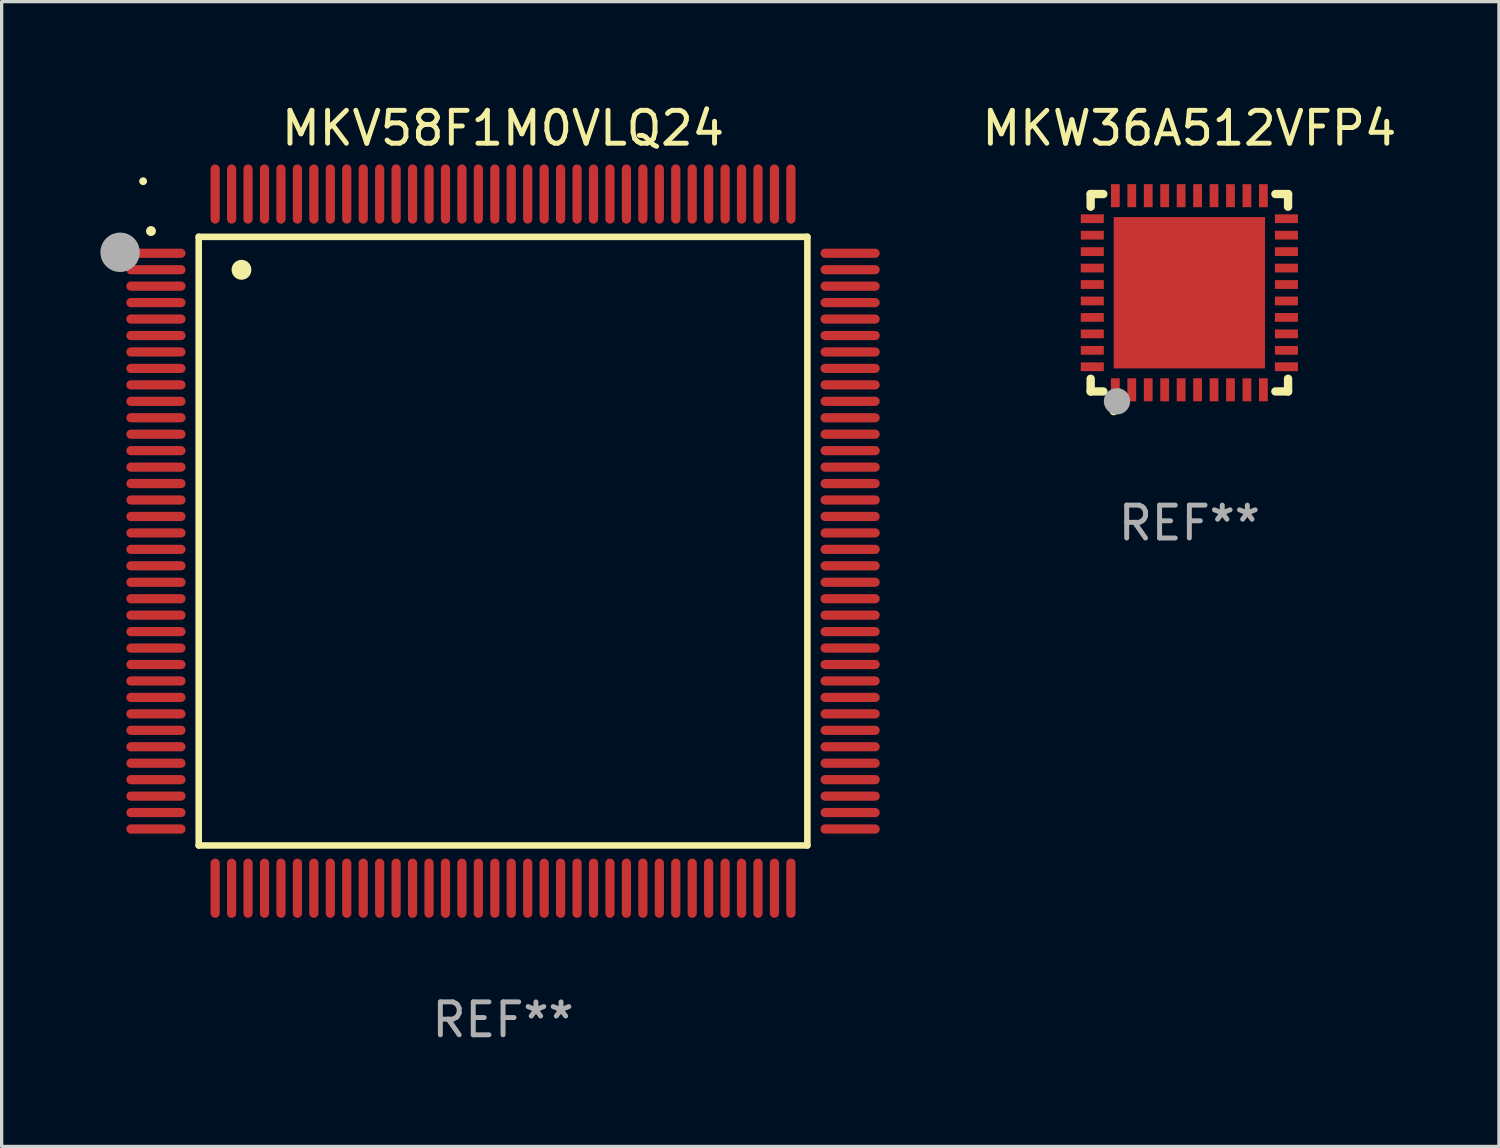
<source format=kicad_pcb>
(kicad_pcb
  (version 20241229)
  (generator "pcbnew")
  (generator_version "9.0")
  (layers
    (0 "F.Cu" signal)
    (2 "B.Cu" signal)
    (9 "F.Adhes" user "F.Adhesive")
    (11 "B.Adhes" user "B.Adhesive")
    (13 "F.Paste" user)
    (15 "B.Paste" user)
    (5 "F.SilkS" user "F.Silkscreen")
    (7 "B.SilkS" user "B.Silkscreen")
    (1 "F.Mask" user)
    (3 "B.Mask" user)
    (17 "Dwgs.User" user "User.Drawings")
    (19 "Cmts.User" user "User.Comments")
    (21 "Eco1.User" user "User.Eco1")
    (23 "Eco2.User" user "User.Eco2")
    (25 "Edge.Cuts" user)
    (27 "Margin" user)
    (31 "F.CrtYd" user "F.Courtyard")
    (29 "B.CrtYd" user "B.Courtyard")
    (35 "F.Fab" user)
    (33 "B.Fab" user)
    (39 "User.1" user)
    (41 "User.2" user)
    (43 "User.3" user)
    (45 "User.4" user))
  (footprint "MKV58F1M0VLQ24"
    (layer "F.Cu")
    (at 12.24 13.398)
    (property "Reference" "MKV58F1M0VLQ24" (at 0 -12.55 0) (layer "F.SilkS") (effects (font (size 1 1) (thickness 0.15))))
    (attr through_hole)
    (fp_line (start -9.25 -9.25) (end 9.25 -9.25) (stroke (width 0.2) (type solid)) (layer "F.SilkS"))
    (fp_line (start -9.25 9.25) (end -9.25 -9.25) (stroke (width 0.2) (type solid)) (layer "F.SilkS"))
    (fp_line (start 9.25 -9.25) (end 9.25 9.25) (stroke (width 0.2) (type solid)) (layer "F.SilkS"))
    (fp_line (start 9.25 9.25) (end -9.25 9.25) (stroke (width 0.2) (type solid)) (layer "F.SilkS"))
    (fp_arc (start -10.701041 -9.423419) (mid -10.701046 -9.424689) (end -10.701041 -9.425959) (stroke (width 0.3) (type solid)) (layer "F.SilkS"))
    (fp_arc (start -7.950216 -8.244856) (mid -7.950227 -8.247396) (end -7.950216 -8.249936) (stroke (width 0.6) (type solid)) (layer "F.SilkS"))
    (fp_circle (center -10.94 -10.94) (end -10.88 -10.94) (stroke (width 0.12) (type solid)) (fill no) (layer "F.SilkS"))
    (fp_circle (center -11.64 -8.78) (end -11.34 -8.78) (stroke (width 0.6) (type solid)) (fill no) (layer "F.Fab"))
    (fp_text user "REF**" (at 0 14.55 0) (layer "F.Fab") (effects (font (size 1 1) (thickness 0.15))))
    (pad "1" smd oval (at -10.55 -8.75 90) (size 0.28 1.8) (layers "F.Cu" "F.Mask" "F.Paste"))
    (pad "2" smd oval (at -10.55 -8.25 90) (size 0.28 1.8) (layers "F.Cu" "F.Mask" "F.Paste"))
    (pad "3" smd oval (at -10.55 -7.75 90) (size 0.28 1.8) (layers "F.Cu" "F.Mask" "F.Paste"))
    (pad "4" smd oval (at -10.55 -7.25 90) (size 0.28 1.8) (layers "F.Cu" "F.Mask" "F.Paste"))
    (pad "5" smd oval (at -10.55 -6.75 90) (size 0.28 1.8) (layers "F.Cu" "F.Mask" "F.Paste"))
    (pad "6" smd oval (at -10.55 -6.25 90) (size 0.28 1.8) (layers "F.Cu" "F.Mask" "F.Paste"))
    (pad "7" smd oval (at -10.55 -5.75 90) (size 0.28 1.8) (layers "F.Cu" "F.Mask" "F.Paste"))
    (pad "8" smd oval (at -10.55 -5.25 90) (size 0.28 1.8) (layers "F.Cu" "F.Mask" "F.Paste"))
    (pad "9" smd oval (at -10.55 -4.75 90) (size 0.28 1.8) (layers "F.Cu" "F.Mask" "F.Paste"))
    (pad "10" smd oval (at -10.55 -4.25 90) (size 0.28 1.8) (layers "F.Cu" "F.Mask" "F.Paste"))
    (pad "11" smd oval (at -10.55 -3.75 90) (size 0.28 1.8) (layers "F.Cu" "F.Mask" "F.Paste"))
    (pad "12" smd oval (at -10.55 -3.25 90) (size 0.28 1.8) (layers "F.Cu" "F.Mask" "F.Paste"))
    (pad "13" smd oval (at -10.55 -2.75 90) (size 0.28 1.8) (layers "F.Cu" "F.Mask" "F.Paste"))
    (pad "14" smd oval (at -10.55 -2.25 90) (size 0.28 1.8) (layers "F.Cu" "F.Mask" "F.Paste"))
    (pad "15" smd oval (at -10.55 -1.75 90) (size 0.28 1.8) (layers "F.Cu" "F.Mask" "F.Paste"))
    (pad "16" smd oval (at -10.55 -1.25 90) (size 0.28 1.8) (layers "F.Cu" "F.Mask" "F.Paste"))
    (pad "17" smd oval (at -10.55 -0.75 90) (size 0.28 1.8) (layers "F.Cu" "F.Mask" "F.Paste"))
    (pad "18" smd oval (at -10.55 -0.25 90) (size 0.28 1.8) (layers "F.Cu" "F.Mask" "F.Paste"))
    (pad "19" smd oval (at -10.55 0.25 90) (size 0.28 1.8) (layers "F.Cu" "F.Mask" "F.Paste"))
    (pad "20" smd oval (at -10.55 0.75 90) (size 0.28 1.8) (layers "F.Cu" "F.Mask" "F.Paste"))
    (pad "21" smd oval (at -10.55 1.25 90) (size 0.28 1.8) (layers "F.Cu" "F.Mask" "F.Paste"))
    (pad "22" smd oval (at -10.55 1.75 90) (size 0.28 1.8) (layers "F.Cu" "F.Mask" "F.Paste"))
    (pad "23" smd oval (at -10.55 2.25 90) (size 0.28 1.8) (layers "F.Cu" "F.Mask" "F.Paste"))
    (pad "24" smd oval (at -10.55 2.75 90) (size 0.28 1.8) (layers "F.Cu" "F.Mask" "F.Paste"))
    (pad "25" smd oval (at -10.55 3.25 90) (size 0.28 1.8) (layers "F.Cu" "F.Mask" "F.Paste"))
    (pad "26" smd oval (at -10.55 3.75 90) (size 0.28 1.8) (layers "F.Cu" "F.Mask" "F.Paste"))
    (pad "27" smd oval (at -10.55 4.25 90) (size 0.28 1.8) (layers "F.Cu" "F.Mask" "F.Paste"))
    (pad "28" smd oval (at -10.55 4.75 90) (size 0.28 1.8) (layers "F.Cu" "F.Mask" "F.Paste"))
    (pad "29" smd oval (at -10.55 5.25 90) (size 0.28 1.8) (layers "F.Cu" "F.Mask" "F.Paste"))
    (pad "30" smd oval (at -10.55 5.75 90) (size 0.28 1.8) (layers "F.Cu" "F.Mask" "F.Paste"))
    (pad "31" smd oval (at -10.55 6.25 90) (size 0.28 1.8) (layers "F.Cu" "F.Mask" "F.Paste"))
    (pad "32" smd oval (at -10.55 6.75 90) (size 0.28 1.8) (layers "F.Cu" "F.Mask" "F.Paste"))
    (pad "33" smd oval (at -10.55 7.25 90) (size 0.28 1.8) (layers "F.Cu" "F.Mask" "F.Paste"))
    (pad "34" smd oval (at -10.55 7.75 90) (size 0.28 1.8) (layers "F.Cu" "F.Mask" "F.Paste"))
    (pad "35" smd oval (at -10.55 8.25 90) (size 0.28 1.8) (layers "F.Cu" "F.Mask" "F.Paste"))
    (pad "36" smd oval (at -10.55 8.75 90) (size 0.28 1.8) (layers "F.Cu" "F.Mask" "F.Paste"))
    (pad "37" smd oval (at -8.75 10.55) (size 0.28 1.8) (layers "F.Cu" "F.Mask" "F.Paste"))
    (pad "38" smd oval (at -8.25 10.55) (size 0.28 1.8) (layers "F.Cu" "F.Mask" "F.Paste"))
    (pad "39" smd oval (at -7.75 10.55) (size 0.28 1.8) (layers "F.Cu" "F.Mask" "F.Paste"))
    (pad "40" smd oval (at -7.25 10.55) (size 0.28 1.8) (layers "F.Cu" "F.Mask" "F.Paste"))
    (pad "41" smd oval (at -6.75 10.55) (size 0.28 1.8) (layers "F.Cu" "F.Mask" "F.Paste"))
    (pad "42" smd oval (at -6.25 10.55) (size 0.28 1.8) (layers "F.Cu" "F.Mask" "F.Paste"))
    (pad "43" smd oval (at -5.75 10.55) (size 0.28 1.8) (layers "F.Cu" "F.Mask" "F.Paste"))
    (pad "44" smd oval (at -5.25 10.55) (size 0.28 1.8) (layers "F.Cu" "F.Mask" "F.Paste"))
    (pad "45" smd oval (at -4.75 10.55) (size 0.28 1.8) (layers "F.Cu" "F.Mask" "F.Paste"))
    (pad "46" smd oval (at -4.25 10.55) (size 0.28 1.8) (layers "F.Cu" "F.Mask" "F.Paste"))
    (pad "47" smd oval (at -3.75 10.55) (size 0.28 1.8) (layers "F.Cu" "F.Mask" "F.Paste"))
    (pad "48" smd oval (at -3.25 10.55) (size 0.28 1.8) (layers "F.Cu" "F.Mask" "F.Paste"))
    (pad "49" smd oval (at -2.75 10.55) (size 0.28 1.8) (layers "F.Cu" "F.Mask" "F.Paste"))
    (pad "50" smd oval (at -2.25 10.55) (size 0.28 1.8) (layers "F.Cu" "F.Mask" "F.Paste"))
    (pad "51" smd oval (at -1.75 10.55) (size 0.28 1.8) (layers "F.Cu" "F.Mask" "F.Paste"))
    (pad "52" smd oval (at -1.25 10.55) (size 0.28 1.8) (layers "F.Cu" "F.Mask" "F.Paste"))
    (pad "53" smd oval (at -0.75 10.55) (size 0.28 1.8) (layers "F.Cu" "F.Mask" "F.Paste"))
    (pad "54" smd oval (at -0.25 10.55) (size 0.28 1.8) (layers "F.Cu" "F.Mask" "F.Paste"))
    (pad "55" smd oval (at 0.25 10.55) (size 0.28 1.8) (layers "F.Cu" "F.Mask" "F.Paste"))
    (pad "56" smd oval (at 0.75 10.55) (size 0.28 1.8) (layers "F.Cu" "F.Mask" "F.Paste"))
    (pad "57" smd oval (at 1.25 10.55) (size 0.28 1.8) (layers "F.Cu" "F.Mask" "F.Paste"))
    (pad "58" smd oval (at 1.75 10.55) (size 0.28 1.8) (layers "F.Cu" "F.Mask" "F.Paste"))
    (pad "59" smd oval (at 2.25 10.55) (size 0.28 1.8) (layers "F.Cu" "F.Mask" "F.Paste"))
    (pad "60" smd oval (at 2.75 10.55) (size 0.28 1.8) (layers "F.Cu" "F.Mask" "F.Paste"))
    (pad "61" smd oval (at 3.25 10.55) (size 0.28 1.8) (layers "F.Cu" "F.Mask" "F.Paste"))
    (pad "62" smd oval (at 3.75 10.55) (size 0.28 1.8) (layers "F.Cu" "F.Mask" "F.Paste"))
    (pad "63" smd oval (at 4.25 10.55) (size 0.28 1.8) (layers "F.Cu" "F.Mask" "F.Paste"))
    (pad "64" smd oval (at 4.75 10.55) (size 0.28 1.8) (layers "F.Cu" "F.Mask" "F.Paste"))
    (pad "65" smd oval (at 5.25 10.55) (size 0.28 1.8) (layers "F.Cu" "F.Mask" "F.Paste"))
    (pad "66" smd oval (at 5.75 10.55) (size 0.28 1.8) (layers "F.Cu" "F.Mask" "F.Paste"))
    (pad "67" smd oval (at 6.25 10.55) (size 0.28 1.8) (layers "F.Cu" "F.Mask" "F.Paste"))
    (pad "68" smd oval (at 6.75 10.55) (size 0.28 1.8) (layers "F.Cu" "F.Mask" "F.Paste"))
    (pad "69" smd oval (at 7.25 10.55) (size 0.28 1.8) (layers "F.Cu" "F.Mask" "F.Paste"))
    (pad "70" smd oval (at 7.75 10.55) (size 0.28 1.8) (layers "F.Cu" "F.Mask" "F.Paste"))
    (pad "71" smd oval (at 8.25 10.55) (size 0.28 1.8) (layers "F.Cu" "F.Mask" "F.Paste"))
    (pad "72" smd oval (at 8.75 10.55) (size 0.28 1.8) (layers "F.Cu" "F.Mask" "F.Paste"))
    (pad "73" smd oval (at 10.55 8.75 90) (size 0.28 1.8) (layers "F.Cu" "F.Mask" "F.Paste"))
    (pad "74" smd oval (at 10.55 8.25 90) (size 0.28 1.8) (layers "F.Cu" "F.Mask" "F.Paste"))
    (pad "75" smd oval (at 10.55 7.75 90) (size 0.28 1.8) (layers "F.Cu" "F.Mask" "F.Paste"))
    (pad "76" smd oval (at 10.55 7.25 90) (size 0.28 1.8) (layers "F.Cu" "F.Mask" "F.Paste"))
    (pad "77" smd oval (at 10.55 6.75 90) (size 0.28 1.8) (layers "F.Cu" "F.Mask" "F.Paste"))
    (pad "78" smd oval (at 10.55 6.25 90) (size 0.28 1.8) (layers "F.Cu" "F.Mask" "F.Paste"))
    (pad "79" smd oval (at 10.55 5.75 90) (size 0.28 1.8) (layers "F.Cu" "F.Mask" "F.Paste"))
    (pad "80" smd oval (at 10.55 5.25 90) (size 0.28 1.8) (layers "F.Cu" "F.Mask" "F.Paste"))
    (pad "81" smd oval (at 10.55 4.75 90) (size 0.28 1.8) (layers "F.Cu" "F.Mask" "F.Paste"))
    (pad "82" smd oval (at 10.55 4.25 90) (size 0.28 1.8) (layers "F.Cu" "F.Mask" "F.Paste"))
    (pad "83" smd oval (at 10.55 3.75 90) (size 0.28 1.8) (layers "F.Cu" "F.Mask" "F.Paste"))
    (pad "84" smd oval (at 10.55 3.25 90) (size 0.28 1.8) (layers "F.Cu" "F.Mask" "F.Paste"))
    (pad "85" smd oval (at 10.55 2.75 90) (size 0.28 1.8) (layers "F.Cu" "F.Mask" "F.Paste"))
    (pad "86" smd oval (at 10.55 2.25 90) (size 0.28 1.8) (layers "F.Cu" "F.Mask" "F.Paste"))
    (pad "87" smd oval (at 10.55 1.75 90) (size 0.28 1.8) (layers "F.Cu" "F.Mask" "F.Paste"))
    (pad "88" smd oval (at 10.55 1.25 90) (size 0.28 1.8) (layers "F.Cu" "F.Mask" "F.Paste"))
    (pad "89" smd oval (at 10.55 0.75 90) (size 0.28 1.8) (layers "F.Cu" "F.Mask" "F.Paste"))
    (pad "90" smd oval (at 10.55 0.25 90) (size 0.28 1.8) (layers "F.Cu" "F.Mask" "F.Paste"))
    (pad "91" smd oval (at 10.55 -0.25 90) (size 0.28 1.8) (layers "F.Cu" "F.Mask" "F.Paste"))
    (pad "92" smd oval (at 10.55 -0.75 90) (size 0.28 1.8) (layers "F.Cu" "F.Mask" "F.Paste"))
    (pad "93" smd oval (at 10.55 -1.25 90) (size 0.28 1.8) (layers "F.Cu" "F.Mask" "F.Paste"))
    (pad "94" smd oval (at 10.55 -1.75 90) (size 0.28 1.8) (layers "F.Cu" "F.Mask" "F.Paste"))
    (pad "95" smd oval (at 10.55 -2.25 90) (size 0.28 1.8) (layers "F.Cu" "F.Mask" "F.Paste"))
    (pad "96" smd oval (at 10.55 -2.75 90) (size 0.28 1.8) (layers "F.Cu" "F.Mask" "F.Paste"))
    (pad "97" smd oval (at 10.55 -3.25 90) (size 0.28 1.8) (layers "F.Cu" "F.Mask" "F.Paste"))
    (pad "98" smd oval (at 10.55 -3.75 90) (size 0.28 1.8) (layers "F.Cu" "F.Mask" "F.Paste"))
    (pad "99" smd oval (at 10.55 -4.25 90) (size 0.28 1.8) (layers "F.Cu" "F.Mask" "F.Paste"))
    (pad "100" smd oval (at 10.55 -4.75 90) (size 0.28 1.8) (layers "F.Cu" "F.Mask" "F.Paste"))
    (pad "101" smd oval (at 10.55 -5.25 90) (size 0.28 1.8) (layers "F.Cu" "F.Mask" "F.Paste"))
    (pad "102" smd oval (at 10.55 -5.75 90) (size 0.28 1.8) (layers "F.Cu" "F.Mask" "F.Paste"))
    (pad "103" smd oval (at 10.55 -6.25 90) (size 0.28 1.8) (layers "F.Cu" "F.Mask" "F.Paste"))
    (pad "104" smd oval (at 10.55 -6.75 90) (size 0.28 1.8) (layers "F.Cu" "F.Mask" "F.Paste"))
    (pad "105" smd oval (at 10.55 -7.25 90) (size 0.28 1.8) (layers "F.Cu" "F.Mask" "F.Paste"))
    (pad "106" smd oval (at 10.55 -7.75 90) (size 0.28 1.8) (layers "F.Cu" "F.Mask" "F.Paste"))
    (pad "107" smd oval (at 10.55 -8.25 90) (size 0.28 1.8) (layers "F.Cu" "F.Mask" "F.Paste"))
    (pad "108" smd oval (at 10.55 -8.75 90) (size 0.28 1.8) (layers "F.Cu" "F.Mask" "F.Paste"))
    (pad "109" smd oval (at 8.75 -10.55) (size 0.28 1.8) (layers "F.Cu" "F.Mask" "F.Paste"))
    (pad "110" smd oval (at 8.25 -10.55) (size 0.28 1.8) (layers "F.Cu" "F.Mask" "F.Paste"))
    (pad "111" smd oval (at 7.75 -10.55) (size 0.28 1.8) (layers "F.Cu" "F.Mask" "F.Paste"))
    (pad "112" smd oval (at 7.25 -10.55) (size 0.28 1.8) (layers "F.Cu" "F.Mask" "F.Paste"))
    (pad "113" smd oval (at 6.75 -10.55) (size 0.28 1.8) (layers "F.Cu" "F.Mask" "F.Paste"))
    (pad "114" smd oval (at 6.25 -10.55) (size 0.28 1.8) (layers "F.Cu" "F.Mask" "F.Paste"))
    (pad "115" smd oval (at 5.75 -10.55) (size 0.28 1.8) (layers "F.Cu" "F.Mask" "F.Paste"))
    (pad "116" smd oval (at 5.25 -10.55) (size 0.28 1.8) (layers "F.Cu" "F.Mask" "F.Paste"))
    (pad "117" smd oval (at 4.75 -10.55) (size 0.28 1.8) (layers "F.Cu" "F.Mask" "F.Paste"))
    (pad "118" smd oval (at 4.25 -10.55) (size 0.28 1.8) (layers "F.Cu" "F.Mask" "F.Paste"))
    (pad "119" smd oval (at 3.75 -10.55) (size 0.28 1.8) (layers "F.Cu" "F.Mask" "F.Paste"))
    (pad "120" smd oval (at 3.25 -10.55) (size 0.28 1.8) (layers "F.Cu" "F.Mask" "F.Paste"))
    (pad "121" smd oval (at 2.75 -10.55) (size 0.28 1.8) (layers "F.Cu" "F.Mask" "F.Paste"))
    (pad "122" smd oval (at 2.25 -10.55) (size 0.28 1.8) (layers "F.Cu" "F.Mask" "F.Paste"))
    (pad "123" smd oval (at 1.75 -10.55) (size 0.28 1.8) (layers "F.Cu" "F.Mask" "F.Paste"))
    (pad "124" smd oval (at 1.25 -10.55) (size 0.28 1.8) (layers "F.Cu" "F.Mask" "F.Paste"))
    (pad "125" smd oval (at 0.75 -10.55) (size 0.28 1.8) (layers "F.Cu" "F.Mask" "F.Paste"))
    (pad "126" smd oval (at 0.25 -10.55) (size 0.28 1.8) (layers "F.Cu" "F.Mask" "F.Paste"))
    (pad "127" smd oval (at -0.25 -10.55) (size 0.28 1.8) (layers "F.Cu" "F.Mask" "F.Paste"))
    (pad "128" smd oval (at -0.75 -10.55) (size 0.28 1.8) (layers "F.Cu" "F.Mask" "F.Paste"))
    (pad "129" smd oval (at -1.25 -10.55) (size 0.28 1.8) (layers "F.Cu" "F.Mask" "F.Paste"))
    (pad "130" smd oval (at -1.75 -10.55) (size 0.28 1.8) (layers "F.Cu" "F.Mask" "F.Paste"))
    (pad "131" smd oval (at -2.25 -10.55) (size 0.28 1.8) (layers "F.Cu" "F.Mask" "F.Paste"))
    (pad "132" smd oval (at -2.75 -10.55) (size 0.28 1.8) (layers "F.Cu" "F.Mask" "F.Paste"))
    (pad "133" smd oval (at -3.25 -10.55) (size 0.28 1.8) (layers "F.Cu" "F.Mask" "F.Paste"))
    (pad "134" smd oval (at -3.75 -10.55) (size 0.28 1.8) (layers "F.Cu" "F.Mask" "F.Paste"))
    (pad "135" smd oval (at -4.25 -10.55) (size 0.28 1.8) (layers "F.Cu" "F.Mask" "F.Paste"))
    (pad "136" smd oval (at -4.75 -10.55) (size 0.28 1.8) (layers "F.Cu" "F.Mask" "F.Paste"))
    (pad "137" smd oval (at -5.25 -10.55) (size 0.28 1.8) (layers "F.Cu" "F.Mask" "F.Paste"))
    (pad "138" smd oval (at -5.75 -10.55) (size 0.28 1.8) (layers "F.Cu" "F.Mask" "F.Paste"))
    (pad "139" smd oval (at -6.25 -10.55) (size 0.28 1.8) (layers "F.Cu" "F.Mask" "F.Paste"))
    (pad "140" smd oval (at -6.75 -10.55) (size 0.28 1.8) (layers "F.Cu" "F.Mask" "F.Paste"))
    (pad "141" smd oval (at -7.25 -10.55) (size 0.28 1.8) (layers "F.Cu" "F.Mask" "F.Paste"))
    (pad "142" smd oval (at -7.75 -10.55) (size 0.28 1.8) (layers "F.Cu" "F.Mask" "F.Paste"))
    (pad "143" smd oval (at -8.25 -10.55) (size 0.28 1.8) (layers "F.Cu" "F.Mask" "F.Paste"))
    (pad "144" smd oval (at -8.75 -10.55) (size 0.28 1.8) (layers "F.Cu" "F.Mask" "F.Paste")))
  (footprint "MKW36A512VFP4"
    (layer "F.Cu")
    (at 33.101 5.848)
    (property "Reference" "MKW36A512VFP4" (at 0 -5 0) (layer "F.SilkS") (effects (font (size 1 1) (thickness 0.15))))
    (attr through_hole)
    (fp_line (start -3 -3) (end -2.615 -3) (stroke (width 0.254) (type solid)) (layer "F.SilkS"))
    (fp_line (start -3 -2.615) (end -3 -3) (stroke (width 0.254) (type solid)) (layer "F.SilkS"))
    (fp_line (start -3 3) (end -3 2.615) (stroke (width 0.254) (type solid)) (layer "F.SilkS"))
    (fp_line (start -2.615 3) (end -3 3) (stroke (width 0.254) (type solid)) (layer "F.SilkS"))
    (fp_line (start 2.615 -3) (end 3 -3) (stroke (width 0.254) (type solid)) (layer "F.SilkS"))
    (fp_line (start 3 -3) (end 3 -2.615) (stroke (width 0.254) (type solid)) (layer "F.SilkS"))
    (fp_line (start 3 2.615) (end 3 3) (stroke (width 0.254) (type solid)) (layer "F.SilkS"))
    (fp_line (start 3 3) (end 2.615 3) (stroke (width 0.254) (type solid)) (layer "F.SilkS"))
    (fp_arc (start -2.3 3.6) (mid -2.29873 3.599994) (end -2.29746 3.6) (stroke (width 0.24892) (type solid)) (layer "F.SilkS"))
    (fp_circle (center -3 3) (end -2.97 3) (stroke (width 0.06) (type solid)) (fill no) (layer "F.SilkS"))
    (fp_circle (center -2.2 3.3) (end -2 3.3) (stroke (width 0.4) (type solid)) (fill no) (layer "F.Fab"))
    (fp_text user "REF**" (at 0 7 0) (layer "F.Fab") (effects (font (size 1 1) (thickness 0.15))))
    (pad "1" smd rect (at -2.25 2.95) (size 0.267 0.7) (layers "F.Cu" "F.Mask" "F.Paste"))
    (pad "2" smd rect (at -1.75 2.95) (size 0.267 0.7) (layers "F.Cu" "F.Mask" "F.Paste"))
    (pad "3" smd rect (at -1.25 2.95) (size 0.267 0.7) (layers "F.Cu" "F.Mask" "F.Paste"))
    (pad "4" smd rect (at -0.75 2.95) (size 0.267 0.7) (layers "F.Cu" "F.Mask" "F.Paste"))
    (pad "5" smd rect (at -0.25 2.95) (size 0.267 0.7) (layers "F.Cu" "F.Mask" "F.Paste"))
    (pad "6" smd rect (at 0.25 2.95) (size 0.267 0.7) (layers "F.Cu" "F.Mask" "F.Paste"))
    (pad "7" smd rect (at 0.75 2.95) (size 0.267 0.7) (layers "F.Cu" "F.Mask" "F.Paste"))
    (pad "8" smd rect (at 1.25 2.95) (size 0.267 0.7) (layers "F.Cu" "F.Mask" "F.Paste"))
    (pad "9" smd rect (at 1.75 2.95) (size 0.267 0.7) (layers "F.Cu" "F.Mask" "F.Paste"))
    (pad "10" smd rect (at 2.25 2.95) (size 0.267 0.7) (layers "F.Cu" "F.Mask" "F.Paste"))
    (pad "11" smd rect (at 2.95 2.25) (size 0.7 0.267) (layers "F.Cu" "F.Mask" "F.Paste"))
    (pad "12" smd rect (at 2.95 1.75) (size 0.7 0.267) (layers "F.Cu" "F.Mask" "F.Paste"))
    (pad "13" smd rect (at 2.95 1.25) (size 0.7 0.267) (layers "F.Cu" "F.Mask" "F.Paste"))
    (pad "14" smd rect (at 2.95 0.75) (size 0.7 0.267) (layers "F.Cu" "F.Mask" "F.Paste"))
    (pad "15" smd rect (at 2.95 0.25) (size 0.7 0.267) (layers "F.Cu" "F.Mask" "F.Paste"))
    (pad "16" smd rect (at 2.95 -0.25) (size 0.7 0.267) (layers "F.Cu" "F.Mask" "F.Paste"))
    (pad "17" smd rect (at 2.95 -0.75) (size 0.7 0.267) (layers "F.Cu" "F.Mask" "F.Paste"))
    (pad "18" smd rect (at 2.95 -1.25) (size 0.7 0.267) (layers "F.Cu" "F.Mask" "F.Paste"))
    (pad "19" smd rect (at 2.95 -1.75) (size 0.7 0.267) (layers "F.Cu" "F.Mask" "F.Paste"))
    (pad "20" smd rect (at 2.95 -2.25) (size 0.7 0.267) (layers "F.Cu" "F.Mask" "F.Paste"))
    (pad "21" smd rect (at 2.25 -2.95) (size 0.267 0.7) (layers "F.Cu" "F.Mask" "F.Paste"))
    (pad "22" smd rect (at 1.75 -2.95) (size 0.267 0.7) (layers "F.Cu" "F.Mask" "F.Paste"))
    (pad "23" smd rect (at 1.25 -2.95) (size 0.267 0.7) (layers "F.Cu" "F.Mask" "F.Paste"))
    (pad "24" smd rect (at 0.75 -2.95) (size 0.267 0.7) (layers "F.Cu" "F.Mask" "F.Paste"))
    (pad "25" smd rect (at 0.25 -2.95) (size 0.267 0.7) (layers "F.Cu" "F.Mask" "F.Paste"))
    (pad "26" smd rect (at -0.25 -2.95) (size 0.267 0.7) (layers "F.Cu" "F.Mask" "F.Paste"))
    (pad "27" smd rect (at -0.75 -2.95) (size 0.267 0.7) (layers "F.Cu" "F.Mask" "F.Paste"))
    (pad "28" smd rect (at -1.25 -2.95) (size 0.267 0.7) (layers "F.Cu" "F.Mask" "F.Paste"))
    (pad "29" smd rect (at -1.75 -2.95) (size 0.267 0.7) (layers "F.Cu" "F.Mask" "F.Paste"))
    (pad "30" smd rect (at -2.25 -2.95) (size 0.267 0.7) (layers "F.Cu" "F.Mask" "F.Paste"))
    (pad "31" smd rect (at -2.95 -2.25) (size 0.7 0.267) (layers "F.Cu" "F.Mask" "F.Paste"))
    (pad "32" smd rect (at -2.95 -1.75) (size 0.7 0.267) (layers "F.Cu" "F.Mask" "F.Paste"))
    (pad "33" smd rect (at -2.95 -1.25) (size 0.7 0.267) (layers "F.Cu" "F.Mask" "F.Paste"))
    (pad "34" smd rect (at -2.95 -0.75) (size 0.7 0.267) (layers "F.Cu" "F.Mask" "F.Paste"))
    (pad "35" smd rect (at -2.95 -0.25) (size 0.7 0.267) (layers "F.Cu" "F.Mask" "F.Paste"))
    (pad "36" smd rect (at -2.95 0.25) (size 0.7 0.267) (layers "F.Cu" "F.Mask" "F.Paste"))
    (pad "37" smd rect (at -2.95 0.75) (size 0.7 0.267) (layers "F.Cu" "F.Mask" "F.Paste"))
    (pad "38" smd rect (at -2.95 1.25) (size 0.7 0.267) (layers "F.Cu" "F.Mask" "F.Paste"))
    (pad "39" smd rect (at -2.95 1.75) (size 0.7 0.267) (layers "F.Cu" "F.Mask" "F.Paste"))
    (pad "40" smd rect (at -2.95 2.25) (size 0.7 0.267) (layers "F.Cu" "F.Mask" "F.Paste"))
    (pad "41" smd rect (at 0.000102 0.000102) (size 4.6 4.6) (layers "F.Cu" "F.Mask" "F.Paste")))
  (gr_rect
    (start -3 -3)
    (end 42.511 31.796)
    (stroke (width 0.1) (type default))
    (fill no)
    (layer "Edge.Cuts")))
</source>
